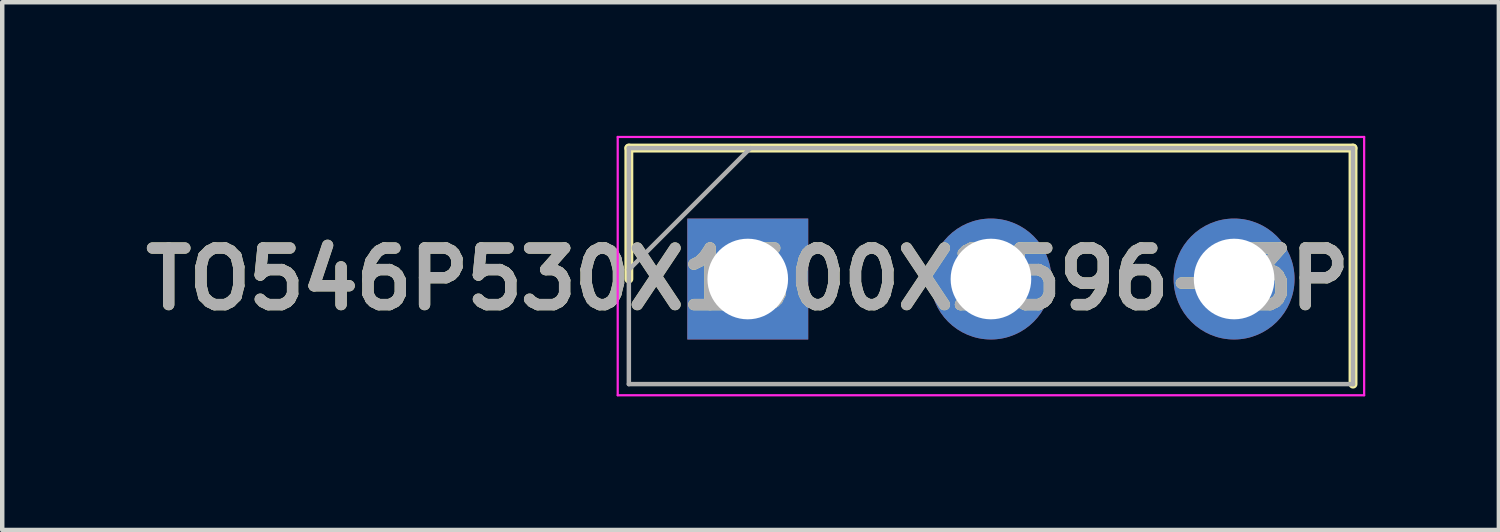
<source format=kicad_pcb>
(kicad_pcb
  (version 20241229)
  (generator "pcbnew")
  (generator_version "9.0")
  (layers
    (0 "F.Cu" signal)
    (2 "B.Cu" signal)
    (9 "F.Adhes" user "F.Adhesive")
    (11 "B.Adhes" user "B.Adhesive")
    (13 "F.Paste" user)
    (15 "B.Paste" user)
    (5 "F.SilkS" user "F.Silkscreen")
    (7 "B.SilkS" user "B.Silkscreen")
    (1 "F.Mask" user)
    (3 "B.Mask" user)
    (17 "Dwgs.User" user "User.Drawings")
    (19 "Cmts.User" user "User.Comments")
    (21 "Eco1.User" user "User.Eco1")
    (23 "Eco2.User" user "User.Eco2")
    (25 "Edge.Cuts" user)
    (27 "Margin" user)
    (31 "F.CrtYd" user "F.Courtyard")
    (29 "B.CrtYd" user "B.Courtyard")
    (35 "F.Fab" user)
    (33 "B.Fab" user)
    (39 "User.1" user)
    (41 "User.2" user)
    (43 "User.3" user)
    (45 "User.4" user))
  (footprint "TO546P530X1600X2596-3P"
    (layer "F.Cu")
    (at 13.74 3.215)
    (property "Reference" "TO546P530X1600X2596-3P" (at 0 0 0) (layer "F.SilkS") (effects (font (size 1.27 1.27) (thickness 0.254))))
    (attr through_hole)
    (fp_line (start -2.67 -2.94) (end -2.67 0) (stroke (width 0.2) (type solid)) (layer "F.SilkS"))
    (fp_line (start 13.59 -2.94) (end -2.67 -2.94) (stroke (width 0.2) (type solid)) (layer "F.SilkS"))
    (fp_line (start 13.59 2.36) (end 13.59 -2.94) (stroke (width 0.2) (type solid)) (layer "F.SilkS"))
    (fp_line (start -2.92 -3.19) (end 13.84 -3.19) (stroke (width 0.05) (type solid)) (layer "F.CrtYd"))
    (fp_line (start -2.92 2.61) (end -2.92 -3.19) (stroke (width 0.05) (type solid)) (layer "F.CrtYd"))
    (fp_line (start 13.84 -3.19) (end 13.84 2.61) (stroke (width 0.05) (type solid)) (layer "F.CrtYd"))
    (fp_line (start 13.84 2.61) (end -2.92 2.61) (stroke (width 0.05) (type solid)) (layer "F.CrtYd"))
    (fp_line (start -2.67 -2.94) (end 13.59 -2.94) (stroke (width 0.1) (type solid)) (layer "F.Fab"))
    (fp_line (start -2.67 -0.21) (end 0.06 -2.94) (stroke (width 0.1) (type solid)) (layer "F.Fab"))
    (fp_line (start -2.67 2.36) (end -2.67 -2.94) (stroke (width 0.1) (type solid)) (layer "F.Fab"))
    (fp_line (start 13.59 -2.94) (end 13.59 2.36) (stroke (width 0.1) (type solid)) (layer "F.Fab"))
    (fp_line (start 13.59 2.36) (end -2.67 2.36) (stroke (width 0.1) (type solid)) (layer "F.Fab"))
    (fp_text user "${REFERENCE}" (at 0 0 0) (layer "F.Fab") (effects (font (size 1.27 1.27) (thickness 0.254))))
    (pad "1" thru_hole rect (at 0 0) (size 2.715 2.715) (drill 1.81) (layers "*.Cu" "*.Mask"))
    (pad "2" thru_hole circle (at 5.46 0) (size 2.715 2.715) (drill 1.81) (layers "*.Cu" "*.Mask"))
    (pad "3" thru_hole circle (at 10.92 0) (size 2.715 2.715) (drill 1.81) (layers "*.Cu" "*.Mask")))
  (gr_rect
    (start -3 -3)
    (end 30.605 8.85)
    (stroke (width 0.1) (type default))
    (fill no)
    (layer "Edge.Cuts")))
</source>
